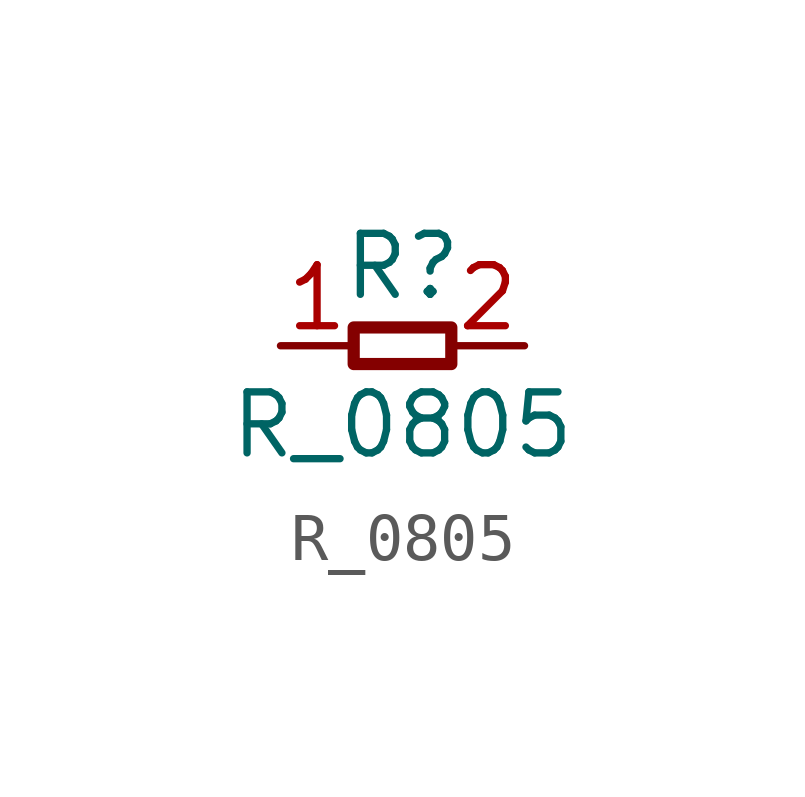
<source format=kicad_sym>
(kicad_symbol_lib
  (version 20231120)
  (generator "kicad_symbol_editor")
  (generator_version "8.0")
  (symbol "R_0805"
    (property "Reference" "R"
      (at 0 1.65 0)
      (effects (font (size 1.27 1.27))))
    (property "Value" "R_0805"
      (at 0 -1.65 0)
      (effects (font (size 1.27 1.27))))
    (symbol "R_0805_0_1"
      (rectangle (start -1.016 -0.381) (end 1.016 0.381) (stroke (width 0.254) (type default)) (fill (type none))))
    (symbol "R_0805_1_1"
      (pin passive line (at -2.54 0 0) (length 1.524) (name "~" (effects (font (size 1.27 1.27)))) (number "1" (effects (font (size 1.27 1.27)))))
      (pin passive line (at 2.54 0 180) (length 1.524) (name "~" (effects (font (size 1.27 1.27)))) (number "2" (effects (font (size 1.27 1.27))))))))
</source>
